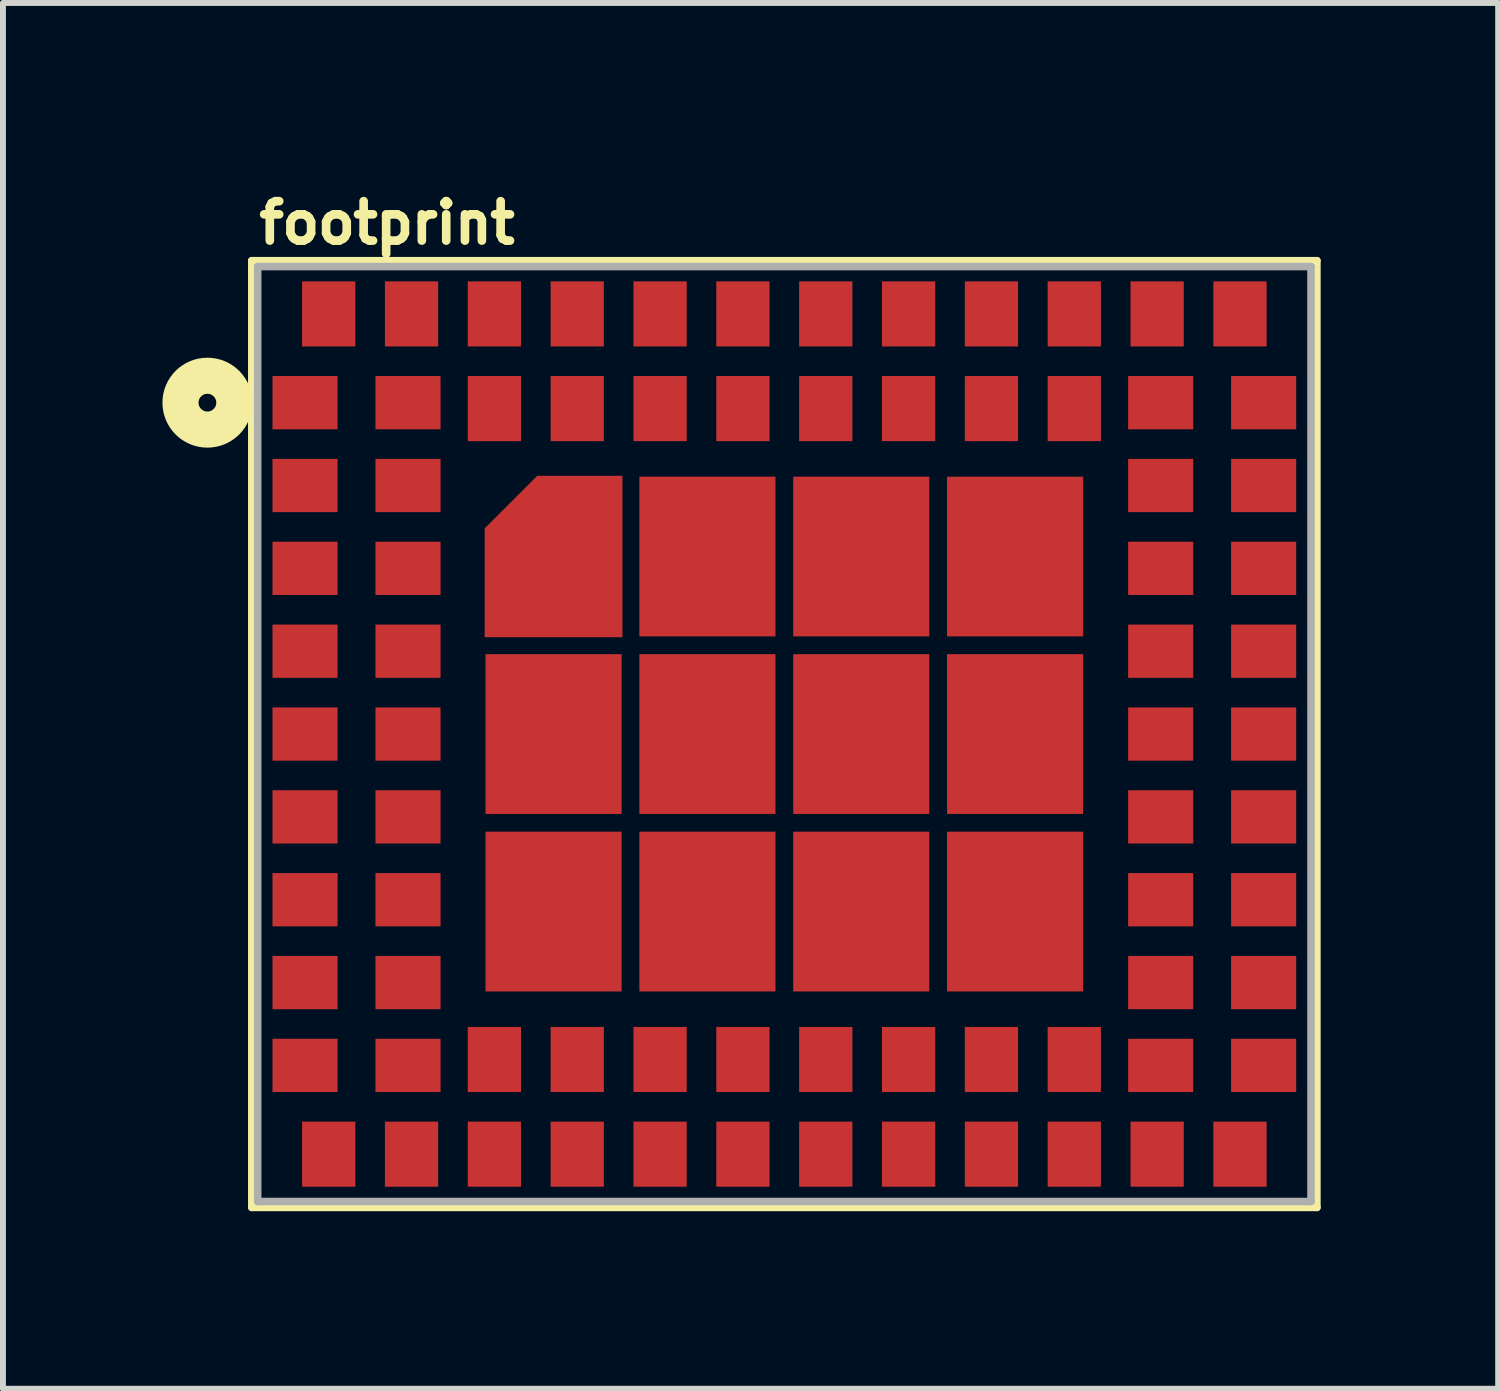
<source format=kicad_pcb>
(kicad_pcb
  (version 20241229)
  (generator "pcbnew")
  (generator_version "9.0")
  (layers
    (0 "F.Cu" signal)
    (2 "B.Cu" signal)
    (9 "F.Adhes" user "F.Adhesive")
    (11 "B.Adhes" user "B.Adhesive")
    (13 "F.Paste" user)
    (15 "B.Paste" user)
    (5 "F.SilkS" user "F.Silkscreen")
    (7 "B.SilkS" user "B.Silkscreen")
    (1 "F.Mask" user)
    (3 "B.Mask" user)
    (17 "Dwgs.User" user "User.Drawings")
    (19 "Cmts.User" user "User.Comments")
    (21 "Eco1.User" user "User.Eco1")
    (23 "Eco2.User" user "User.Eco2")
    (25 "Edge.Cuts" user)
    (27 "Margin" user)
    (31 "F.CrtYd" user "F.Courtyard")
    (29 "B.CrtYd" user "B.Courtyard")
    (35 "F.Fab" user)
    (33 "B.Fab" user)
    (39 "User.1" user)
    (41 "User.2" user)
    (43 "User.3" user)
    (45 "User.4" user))
  (footprint "footprint"
    (layer "F.Cu")
    (at 10.205 9.355)
    (property "Reference" "footprint" (at -8.95 -8.25 0) (layer "F.SilkS") (effects (font (size 0.666 0.666) (thickness 0.146)) (justify left bottom)))
    (fp_poly (pts (xy -2.736 -1.637) (xy -5.064 -1.637) (xy -5.064 -3.476) (xy -4.176 -4.364) (xy -2.736 -4.364)) (stroke (width 0) (type solid)) (fill yes) (layer "F.Cu"))
    (fp_line (start -9 -8) (end 9 -8) (stroke (width 0.127) (type solid)) (layer "F.SilkS"))
    (fp_line (start -9 8) (end -9 -8) (stroke (width 0.127) (type solid)) (layer "F.SilkS"))
    (fp_line (start 9 -8) (end 9 8) (stroke (width 0.127) (type solid)) (layer "F.SilkS"))
    (fp_line (start 9 8) (end -9 8) (stroke (width 0.127) (type solid)) (layer "F.SilkS"))
    (fp_circle (center -9.75 -5.6) (end -9.6 -5.6) (stroke (width 0.61) (type solid)) (fill no) (layer "F.SilkS"))
    (fp_line (start -8.9 -7.9) (end 8.9 -7.9) (stroke (width 0.127) (type solid)) (layer "F.Fab"))
    (fp_line (start -8.9 7.9) (end -8.9 -7.9) (stroke (width 0.127) (type solid)) (layer "F.Fab"))
    (fp_line (start 8.9 -7.9) (end 8.9 7.9) (stroke (width 0.127) (type solid)) (layer "F.Fab"))
    (fp_line (start 8.9 7.9) (end -8.9 7.9) (stroke (width 0.127) (type solid)) (layer "F.Fab"))
    (pad "1" smd rect (at -8.1 -5.6 90) (size 0.9 1.1) (layers "F.Cu" "F.Mask" "F.Paste"))
    (pad "2" smd rect (at -8.1 -4.2 90) (size 0.9 1.1) (layers "F.Cu" "F.Mask" "F.Paste"))
    (pad "3" smd rect (at -8.1 -2.8 90) (size 0.9 1.1) (layers "F.Cu" "F.Mask" "F.Paste"))
    (pad "4" smd rect (at -8.1 -1.4 90) (size 0.9 1.1) (layers "F.Cu" "F.Mask" "F.Paste"))
    (pad "5" smd rect (at -8.1 0 90) (size 0.9 1.1) (layers "F.Cu" "F.Mask" "F.Paste"))
    (pad "6" smd rect (at -8.1 1.4 90) (size 0.9 1.1) (layers "F.Cu" "F.Mask" "F.Paste"))
    (pad "7" smd rect (at -8.1 2.8 90) (size 0.9 1.1) (layers "F.Cu" "F.Mask" "F.Paste"))
    (pad "8" smd rect (at -8.1 4.2 90) (size 0.9 1.1) (layers "F.Cu" "F.Mask" "F.Paste"))
    (pad "9" smd rect (at -8.1 5.6 90) (size 0.9 1.1) (layers "F.Cu" "F.Mask" "F.Paste"))
    (pad "10" smd rect (at -7.7 7.1 180) (size 0.9 1.1) (layers "F.Cu" "F.Mask" "F.Paste"))
    (pad "11" smd rect (at -6.3 7.1 180) (size 0.9 1.1) (layers "F.Cu" "F.Mask" "F.Paste"))
    (pad "12" smd rect (at -4.9 7.1 180) (size 0.9 1.1) (layers "F.Cu" "F.Mask" "F.Paste"))
    (pad "13" smd rect (at -3.5 7.1 180) (size 0.9 1.1) (layers "F.Cu" "F.Mask" "F.Paste"))
    (pad "14" smd rect (at -2.1 7.1 180) (size 0.9 1.1) (layers "F.Cu" "F.Mask" "F.Paste"))
    (pad "15" smd rect (at -0.7 7.1 180) (size 0.9 1.1) (layers "F.Cu" "F.Mask" "F.Paste"))
    (pad "16" smd rect (at 0.7 7.1 180) (size 0.9 1.1) (layers "F.Cu" "F.Mask" "F.Paste"))
    (pad "17" smd rect (at 2.1 7.1 180) (size 0.9 1.1) (layers "F.Cu" "F.Mask" "F.Paste"))
    (pad "18" smd rect (at 3.5 7.1 180) (size 0.9 1.1) (layers "F.Cu" "F.Mask" "F.Paste"))
    (pad "19" smd rect (at 4.9 7.1 180) (size 0.9 1.1) (layers "F.Cu" "F.Mask" "F.Paste"))
    (pad "20" smd rect (at 6.3 7.1 180) (size 0.9 1.1) (layers "F.Cu" "F.Mask" "F.Paste"))
    (pad "21" smd rect (at 7.7 7.1 180) (size 0.9 1.1) (layers "F.Cu" "F.Mask" "F.Paste"))
    (pad "22" smd rect (at 8.1 5.6 90) (size 0.9 1.1) (layers "F.Cu" "F.Mask" "F.Paste"))
    (pad "23" smd rect (at 8.1 4.2 90) (size 0.9 1.1) (layers "F.Cu" "F.Mask" "F.Paste"))
    (pad "24" smd rect (at 8.1 2.8 90) (size 0.9 1.1) (layers "F.Cu" "F.Mask" "F.Paste"))
    (pad "25" smd rect (at 8.1 1.4 90) (size 0.9 1.1) (layers "F.Cu" "F.Mask" "F.Paste"))
    (pad "26" smd rect (at 8.1 0 90) (size 0.9 1.1) (layers "F.Cu" "F.Mask" "F.Paste"))
    (pad "27" smd rect (at 8.1 -1.4 90) (size 0.9 1.1) (layers "F.Cu" "F.Mask" "F.Paste"))
    (pad "28" smd rect (at 8.1 -2.8 90) (size 0.9 1.1) (layers "F.Cu" "F.Mask" "F.Paste"))
    (pad "29" smd rect (at 8.1 -4.2 90) (size 0.9 1.1) (layers "F.Cu" "F.Mask" "F.Paste"))
    (pad "30" smd rect (at 8.1 -5.6 90) (size 0.9 1.1) (layers "F.Cu" "F.Mask" "F.Paste"))
    (pad "31" smd rect (at 7.7 -7.1 180) (size 0.9 1.1) (layers "F.Cu" "F.Mask" "F.Paste"))
    (pad "32" smd rect (at 6.3 -7.1 180) (size 0.9 1.1) (layers "F.Cu" "F.Mask" "F.Paste"))
    (pad "33" smd rect (at 4.9 -7.1 180) (size 0.9 1.1) (layers "F.Cu" "F.Mask" "F.Paste"))
    (pad "34" smd rect (at 3.5 -7.1 180) (size 0.9 1.1) (layers "F.Cu" "F.Mask" "F.Paste"))
    (pad "35" smd rect (at 2.1 -7.1 180) (size 0.9 1.1) (layers "F.Cu" "F.Mask" "F.Paste"))
    (pad "36" smd rect (at 0.7 -7.1 180) (size 0.9 1.1) (layers "F.Cu" "F.Mask" "F.Paste"))
    (pad "37" smd rect (at -0.7 -7.1 180) (size 0.9 1.1) (layers "F.Cu" "F.Mask" "F.Paste"))
    (pad "38" smd rect (at -2.1 -7.1 180) (size 0.9 1.1) (layers "F.Cu" "F.Mask" "F.Paste"))
    (pad "39" smd rect (at -3.5 -7.1 180) (size 0.9 1.1) (layers "F.Cu" "F.Mask" "F.Paste"))
    (pad "40" smd rect (at -4.9 -7.1 180) (size 0.9 1.1) (layers "F.Cu" "F.Mask" "F.Paste"))
    (pad "41" smd rect (at -6.3 -7.1 180) (size 0.9 1.1) (layers "F.Cu" "F.Mask" "F.Paste"))
    (pad "42" smd rect (at -7.7 -7.1 180) (size 0.9 1.1) (layers "F.Cu" "F.Mask" "F.Paste"))
    (pad "43" smd rect (at -6.36 -5.6 90) (size 0.9 1.1) (layers "F.Cu" "F.Mask" "F.Paste"))
    (pad "44" smd rect (at -6.36 -4.2 90) (size 0.9 1.1) (layers "F.Cu" "F.Mask" "F.Paste"))
    (pad "45" smd rect (at -6.36 -2.8 90) (size 0.9 1.1) (layers "F.Cu" "F.Mask" "F.Paste"))
    (pad "46" smd rect (at -6.36 -1.4 90) (size 0.9 1.1) (layers "F.Cu" "F.Mask" "F.Paste"))
    (pad "47" smd rect (at -6.36 0 90) (size 0.9 1.1) (layers "F.Cu" "F.Mask" "F.Paste"))
    (pad "48" smd rect (at -6.36 1.4 90) (size 0.9 1.1) (layers "F.Cu" "F.Mask" "F.Paste"))
    (pad "49" smd rect (at -6.36 2.8 90) (size 0.9 1.1) (layers "F.Cu" "F.Mask" "F.Paste"))
    (pad "50" smd rect (at -6.36 4.2 90) (size 0.9 1.1) (layers "F.Cu" "F.Mask" "F.Paste"))
    (pad "51" smd rect (at -6.36 5.6 90) (size 0.9 1.1) (layers "F.Cu" "F.Mask" "F.Paste"))
    (pad "52" smd rect (at -4.9 5.5 180) (size 0.9 1.1) (layers "F.Cu" "F.Mask" "F.Paste"))
    (pad "53" smd rect (at -3.5 5.5 180) (size 0.9 1.1) (layers "F.Cu" "F.Mask" "F.Paste"))
    (pad "54" smd rect (at -2.1 5.5 180) (size 0.9 1.1) (layers "F.Cu" "F.Mask" "F.Paste"))
    (pad "55" smd rect (at -0.7 5.5 180) (size 0.9 1.1) (layers "F.Cu" "F.Mask" "F.Paste"))
    (pad "56" smd rect (at 0.7 5.5 180) (size 0.9 1.1) (layers "F.Cu" "F.Mask" "F.Paste"))
    (pad "57" smd rect (at 2.1 5.5 180) (size 0.9 1.1) (layers "F.Cu" "F.Mask" "F.Paste"))
    (pad "58" smd rect (at 3.5 5.5 180) (size 0.9 1.1) (layers "F.Cu" "F.Mask" "F.Paste"))
    (pad "59" smd rect (at 4.9 5.5 180) (size 0.9 1.1) (layers "F.Cu" "F.Mask" "F.Paste"))
    (pad "60" smd rect (at 6.36 5.6 90) (size 0.9 1.1) (layers "F.Cu" "F.Mask" "F.Paste"))
    (pad "61" smd rect (at 6.36 4.2 90) (size 0.9 1.1) (layers "F.Cu" "F.Mask" "F.Paste"))
    (pad "62" smd rect (at 6.36 2.8 90) (size 0.9 1.1) (layers "F.Cu" "F.Mask" "F.Paste"))
    (pad "63" smd rect (at 6.36 1.4 90) (size 0.9 1.1) (layers "F.Cu" "F.Mask" "F.Paste"))
    (pad "64" smd rect (at 6.36 0 90) (size 0.9 1.1) (layers "F.Cu" "F.Mask" "F.Paste"))
    (pad "65" smd rect (at 6.36 -1.4 90) (size 0.9 1.1) (layers "F.Cu" "F.Mask" "F.Paste"))
    (pad "66" smd rect (at 6.36 -2.8 90) (size 0.9 1.1) (layers "F.Cu" "F.Mask" "F.Paste"))
    (pad "67" smd rect (at 6.36 -4.2 90) (size 0.9 1.1) (layers "F.Cu" "F.Mask" "F.Paste"))
    (pad "68" smd rect (at 6.36 -5.6 90) (size 0.9 1.1) (layers "F.Cu" "F.Mask" "F.Paste"))
    (pad "69" smd rect (at 4.9 -5.5 180) (size 0.9 1.1) (layers "F.Cu" "F.Mask" "F.Paste"))
    (pad "70" smd rect (at 3.5 -5.5 180) (size 0.9 1.1) (layers "F.Cu" "F.Mask" "F.Paste"))
    (pad "71" smd rect (at 2.1 -5.5 180) (size 0.9 1.1) (layers "F.Cu" "F.Mask" "F.Paste"))
    (pad "72" smd rect (at 0.7 -5.5 180) (size 0.9 1.1) (layers "F.Cu" "F.Mask" "F.Paste"))
    (pad "73" smd rect (at -0.7 -5.5 180) (size 0.9 1.1) (layers "F.Cu" "F.Mask" "F.Paste"))
    (pad "74" smd rect (at -2.1 -5.5 180) (size 0.9 1.1) (layers "F.Cu" "F.Mask" "F.Paste"))
    (pad "75" smd rect (at -3.5 -5.5 180) (size 0.9 1.1) (layers "F.Cu" "F.Mask" "F.Paste"))
    (pad "76" smd rect (at -4.9 -5.5 180) (size 0.9 1.1) (layers "F.Cu" "F.Mask" "F.Paste"))
    (pad "77" smd rect (at -3.9 -3) (size 1.5 1.5) (layers "F.Cu" "F.Mask" "F.Paste"))
    (pad "78" smd rect (at -3.9 0) (size 2.3 2.7) (layers "F.Cu" "F.Mask" "F.Paste"))
    (pad "79" smd rect (at -3.9 3) (size 2.3 2.7) (layers "F.Cu" "F.Mask" "F.Paste"))
    (pad "80" smd rect (at -1.3 3) (size 2.3 2.7) (layers "F.Cu" "F.Mask" "F.Paste"))
    (pad "81" smd rect (at 1.3 3) (size 2.3 2.7) (layers "F.Cu" "F.Mask" "F.Paste"))
    (pad "82" smd rect (at 3.9 3) (size 2.3 2.7) (layers "F.Cu" "F.Mask" "F.Paste"))
    (pad "83" smd rect (at 3.9 0) (size 2.3 2.7) (layers "F.Cu" "F.Mask" "F.Paste"))
    (pad "84" smd rect (at 3.9 -3) (size 2.3 2.7) (layers "F.Cu" "F.Mask" "F.Paste"))
    (pad "85" smd rect (at 1.3 -3) (size 2.3 2.7) (layers "F.Cu" "F.Mask" "F.Paste"))
    (pad "86" smd rect (at -1.3 -3) (size 2.3 2.7) (layers "F.Cu" "F.Mask" "F.Paste"))
    (pad "87" smd rect (at -1.3 0) (size 2.3 2.7) (layers "F.Cu" "F.Mask" "F.Paste"))
    (pad "88" smd rect (at 1.3 0) (size 2.3 2.7) (layers "F.Cu" "F.Mask" "F.Paste")))
  (gr_rect
    (start -3 -3)
    (end 22.268 20.419)
    (stroke (width 0.1) (type default))
    (fill no)
    (layer "Edge.Cuts")))
</source>
